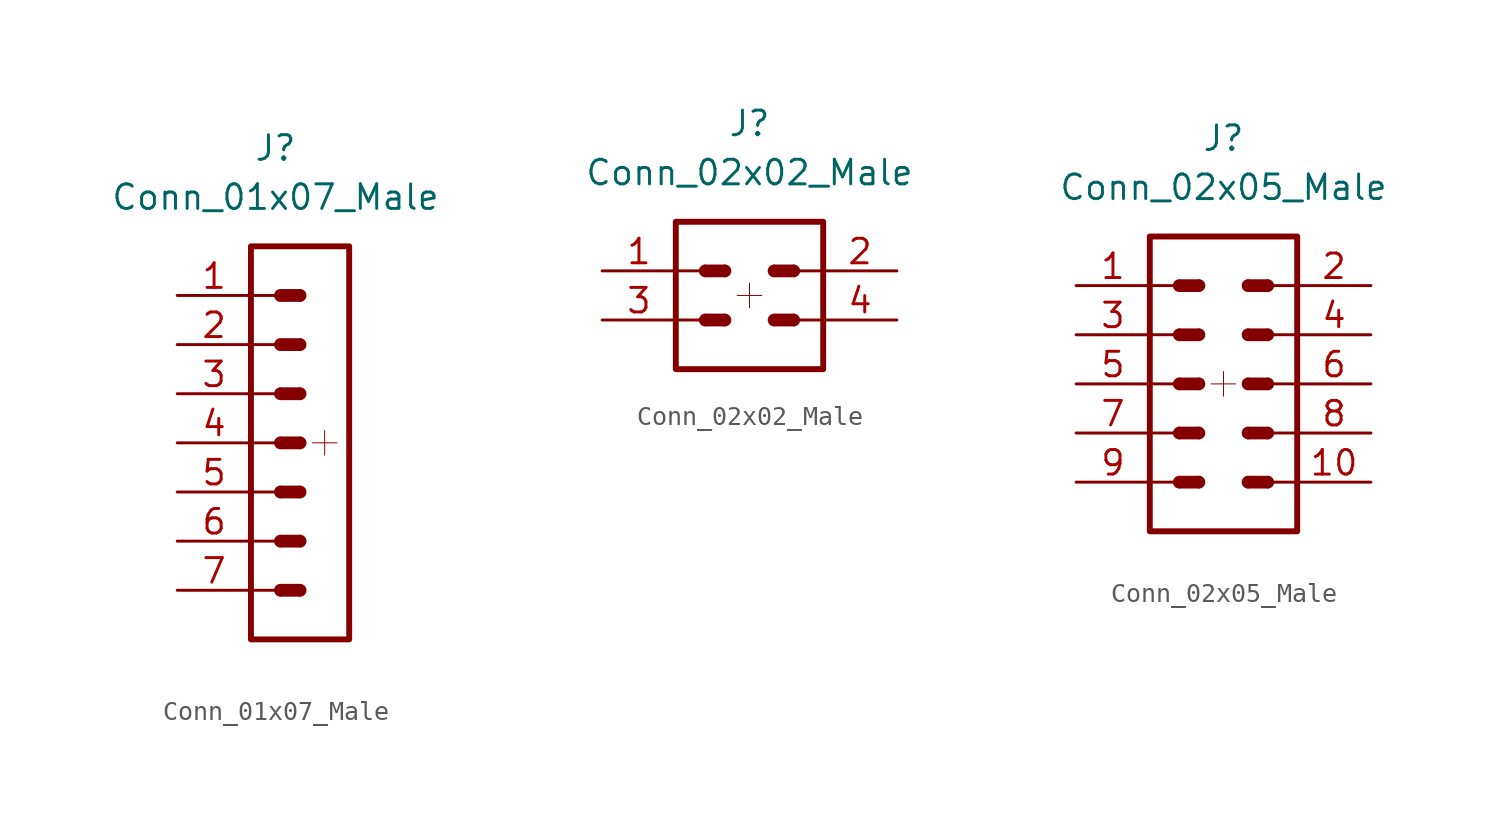
<source format=kicad_sym>
(kicad_symbol_lib
  (version 20211014)
  (generator kicad_symbol_editor)
  (symbol "Conn_01x07_Male"
    (pin_names
      (offset 1.016) hide)
    (property "Reference" "J"
      (at 0 15.24 0)
      (effects (font (size 1.27 1.27))))
    (property "Value" "Conn_01x07_Male"
      (at 0 12.7 0)
      (effects (font (size 1.27 1.27))))
    (symbol "Conn_01x07_Male_0_1"
      (rectangle (start -1.27 -7.62) (end 0 -7.62) (stroke (width 0.152) (type default) (color 0 0 0 0)) (fill (type none)))
      (rectangle (start -1.27 -5.08) (end 0 -5.08) (stroke (width 0.152) (type default) (color 0 0 0 0)) (fill (type none)))
      (rectangle (start -1.27 -2.54) (end 0 -2.54) (stroke (width 0.152) (type default) (color 0 0 0 0)) (fill (type none)))
      (rectangle (start -1.27 0) (end 0 0) (stroke (width 0.152) (type default) (color 0 0 0 0)) (fill (type none)))
      (rectangle (start -1.27 2.54) (end 0 2.54) (stroke (width 0.152) (type default) (color 0 0 0 0)) (fill (type none)))
      (rectangle (start -1.27 5.08) (end 0 5.08) (stroke (width 0.152) (type default) (color 0 0 0 0)) (fill (type none)))
      (rectangle (start -1.27 7.62) (end 0 7.62) (stroke (width 0.152) (type default) (color 0 0 0 0)) (fill (type none)))
      (rectangle (start -1.27 10.16) (end 3.81 -10.16) (stroke (width 0.305) (type default) (color 0 0 0 0)) (fill (type none))))
    (symbol "Conn_01x07_Male_1_1"
      (polyline (pts (xy 1.905 0) (xy 3.175 0)) (stroke (width 0.051) (type default) (color 0 0 0 0)) (fill (type none)))
      (polyline (pts (xy 2.54 0.635) (xy 2.54 -0.635)) (stroke (width 0.051) (type default) (color 0 0 0 0)) (fill (type none)))
      (arc (start 0.254 -7.366) (mid 0 -7.62) (end 0.254 -7.874) (stroke (width 0) (type default) (color 0 0 0 0)) (fill (type outline)))
      (rectangle (start 0.254 -7.366) (end 1.27 -7.874) (stroke (width 0) (type default) (color 0 0 0 0)) (fill (type outline)))
      (arc (start 0.254 -4.826) (mid 0 -5.08) (end 0.254 -5.334) (stroke (width 0) (type default) (color 0 0 0 0)) (fill (type outline)))
      (rectangle (start 0.254 -4.826) (end 1.27 -5.334) (stroke (width 0) (type default) (color 0 0 0 0)) (fill (type outline)))
      (arc (start 0.254 -2.286) (mid 0 -2.54) (end 0.254 -2.794) (stroke (width 0) (type default) (color 0 0 0 0)) (fill (type outline)))
      (rectangle (start 0.254 -2.286) (end 1.27 -2.794) (stroke (width 0) (type default) (color 0 0 0 0)) (fill (type outline)))
      (arc (start 0.254 0.254) (mid 0 0) (end 0.254 -0.254) (stroke (width 0) (type default) (color 0 0 0 0)) (fill (type outline)))
      (rectangle (start 0.254 0.254) (end 1.27 -0.254) (stroke (width 0) (type default) (color 0 0 0 0)) (fill (type outline)))
      (arc (start 0.254 2.794) (mid 0 2.54) (end 0.254 2.286) (stroke (width 0) (type default) (color 0 0 0 0)) (fill (type outline)))
      (rectangle (start 0.254 2.794) (end 1.27 2.286) (stroke (width 0) (type default) (color 0 0 0 0)) (fill (type outline)))
      (arc (start 0.254 5.334) (mid 0 5.08) (end 0.254 4.826) (stroke (width 0) (type default) (color 0 0 0 0)) (fill (type outline)))
      (rectangle (start 0.254 5.334) (end 1.27 4.826) (stroke (width 0) (type default) (color 0 0 0 0)) (fill (type outline)))
      (arc (start 0.254 7.874) (mid 0 7.62) (end 0.254 7.366) (stroke (width 0) (type default) (color 0 0 0 0)) (fill (type outline)))
      (rectangle (start 0.254 7.874) (end 1.27 7.366) (stroke (width 0) (type default) (color 0 0 0 0)) (fill (type outline)))
      (arc (start 1.27 -7.874) (mid 1.524 -7.62) (end 1.27 -7.366) (stroke (width 0) (type default) (color 0 0 0 0)) (fill (type outline)))
      (arc (start 1.27 -5.334) (mid 1.524 -5.08) (end 1.27 -4.826) (stroke (width 0) (type default) (color 0 0 0 0)) (fill (type outline)))
      (arc (start 1.27 -2.794) (mid 1.524 -2.54) (end 1.27 -2.286) (stroke (width 0) (type default) (color 0 0 0 0)) (fill (type outline)))
      (arc (start 1.27 -0.254) (mid 1.524 0) (end 1.27 0.254) (stroke (width 0) (type default) (color 0 0 0 0)) (fill (type outline)))
      (arc (start 1.27 2.286) (mid 1.524 2.54) (end 1.27 2.794) (stroke (width 0) (type default) (color 0 0 0 0)) (fill (type outline)))
      (arc (start 1.27 4.826) (mid 1.524 5.08) (end 1.27 5.334) (stroke (width 0) (type default) (color 0 0 0 0)) (fill (type outline)))
      (arc (start 1.27 7.366) (mid 1.524 7.62) (end 1.27 7.874) (stroke (width 0) (type default) (color 0 0 0 0)) (fill (type outline)))
      (pin passive line (at -5.08 7.62 0) (length 3.81) (name "Pin_1" (effects (font (size 1.27 1.27)))) (number "1" (effects (font (size 1.27 1.27)))))
      (pin passive line (at -5.08 5.08 0) (length 3.81) (name "Pin_2" (effects (font (size 1.27 1.27)))) (number "2" (effects (font (size 1.27 1.27)))))
      (pin passive line (at -5.08 2.54 0) (length 3.81) (name "Pin_3" (effects (font (size 1.27 1.27)))) (number "3" (effects (font (size 1.27 1.27)))))
      (pin passive line (at -5.08 0 0) (length 3.81) (name "Pin_4" (effects (font (size 1.27 1.27)))) (number "4" (effects (font (size 1.27 1.27)))))
      (pin passive line (at -5.08 -2.54 0) (length 3.81) (name "Pin_5" (effects (font (size 1.27 1.27)))) (number "5" (effects (font (size 1.27 1.27)))))
      (pin passive line (at -5.08 -5.08 0) (length 3.81) (name "Pin_6" (effects (font (size 1.27 1.27)))) (number "6" (effects (font (size 1.27 1.27)))))
      (pin passive line (at -5.08 -7.62 0) (length 3.81) (name "Pin_7" (effects (font (size 1.27 1.27)))) (number "7" (effects (font (size 1.27 1.27)))))))
  (symbol "Conn_02x02_Male"
    (pin_names
      (offset 1.016) hide)
    (property "Reference" "J"
      (at 0 7.62 0)
      (effects (font (size 1.27 1.27))))
    (property "Value" "Conn_02x02_Male"
      (at 0 5.08 0)
      (effects (font (size 1.27 1.27))))
    (symbol "Conn_02x02_Male_0_1"
      (rectangle (start -3.81 -2.54) (end -2.54 -2.54) (stroke (width 0.152) (type default) (color 0 0 0 0)) (fill (type none)))
      (rectangle (start -3.81 0) (end -2.54 0) (stroke (width 0.152) (type default) (color 0 0 0 0)) (fill (type none)))
      (rectangle (start -3.81 2.54) (end 3.81 -5.08) (stroke (width 0.305) (type default) (color 0 0 0 0)) (fill (type none)))
      (arc (start -2.286 0.254) (mid -2.54 0) (end -2.286 -0.254) (stroke (width 0) (type default) (color 0 0 0 0)) (fill (type outline)))
      (rectangle (start -2.286 0.254) (end -1.27 -0.254) (stroke (width 0) (type default) (color 0 0 0 0)) (fill (type outline)))
      (arc (start -1.27 -0.254) (mid -1.016 0) (end -1.27 0.254) (stroke (width 0) (type default) (color 0 0 0 0)) (fill (type outline))))
    (symbol "Conn_02x02_Male_1_1"
      (arc (start -2.286 -2.286) (mid -2.54 -2.54) (end -2.286 -2.794) (stroke (width 0) (type default) (color 0 0 0 0)) (fill (type outline)))
      (rectangle (start -2.286 -2.286) (end -1.27 -2.794) (stroke (width 0) (type default) (color 0 0 0 0)) (fill (type outline)))
      (arc (start -1.27 -2.794) (mid -1.016 -2.54) (end -1.27 -2.286) (stroke (width 0) (type default) (color 0 0 0 0)) (fill (type outline)))
      (polyline (pts (xy -0.635 -1.27) (xy 0.635 -1.27)) (stroke (width 0.051) (type default) (color 0 0 0 0)) (fill (type none)))
      (polyline (pts (xy 0 -0.635) (xy 0 -1.905)) (stroke (width 0.051) (type default) (color 0 0 0 0)) (fill (type none)))
      (arc (start 1.27 -2.286) (mid 1.016 -2.54) (end 1.27 -2.794) (stroke (width 0) (type default) (color 0 0 0 0)) (fill (type outline)))
      (rectangle (start 1.27 -2.286) (end 2.286 -2.794) (stroke (width 0) (type default) (color 0 0 0 0)) (fill (type outline)))
      (arc (start 1.27 0.254) (mid 1.016 0) (end 1.27 -0.254) (stroke (width 0) (type default) (color 0 0 0 0)) (fill (type outline)))
      (rectangle (start 1.27 0.254) (end 2.286 -0.254) (stroke (width 0) (type default) (color 0 0 0 0)) (fill (type outline)))
      (arc (start 2.286 -2.794) (mid 2.54 -2.54) (end 2.286 -2.286) (stroke (width 0) (type default) (color 0 0 0 0)) (fill (type outline)))
      (arc (start 2.286 -0.254) (mid 2.54 0) (end 2.286 0.254) (stroke (width 0) (type default) (color 0 0 0 0)) (fill (type outline)))
      (rectangle (start 3.81 -2.54) (end 2.54 -2.54) (stroke (width 0.152) (type default) (color 0 0 0 0)) (fill (type none)))
      (rectangle (start 3.81 0) (end 2.54 0) (stroke (width 0.152) (type default) (color 0 0 0 0)) (fill (type none)))
      (pin passive line (at -7.62 0 0) (length 3.81) (name "Pin_1" (effects (font (size 1.27 1.27)))) (number "1" (effects (font (size 1.27 1.27)))))
      (pin passive line (at 7.62 0 180) (length 3.81) (name "Pin_2" (effects (font (size 1.27 1.27)))) (number "2" (effects (font (size 1.27 1.27)))))
      (pin passive line (at -7.62 -2.54 0) (length 3.81) (name "Pin_3" (effects (font (size 1.27 1.27)))) (number "3" (effects (font (size 1.27 1.27)))))
      (pin passive line (at 7.62 -2.54 180) (length 3.81) (name "Pin_4" (effects (font (size 1.27 1.27)))) (number "4" (effects (font (size 1.27 1.27)))))))
  (symbol "Conn_02x05_Male"
    (pin_names
      (offset 1.016) hide)
    (property "Reference" "J"
      (at 0 12.7 0)
      (effects (font (size 1.27 1.27))))
    (property "Value" "Conn_02x05_Male"
      (at 0 10.16 0)
      (effects (font (size 1.27 1.27))))
    (symbol "Conn_02x05_Male_0_1"
      (rectangle (start -3.81 -5.08) (end -2.54 -5.08) (stroke (width 0.152) (type default) (color 0 0 0 0)) (fill (type none)))
      (rectangle (start -3.81 -2.54) (end -2.54 -2.54) (stroke (width 0.152) (type default) (color 0 0 0 0)) (fill (type none)))
      (rectangle (start -3.81 0) (end -2.54 0) (stroke (width 0.152) (type default) (color 0 0 0 0)) (fill (type none)))
      (rectangle (start -3.81 2.54) (end -2.54 2.54) (stroke (width 0.152) (type default) (color 0 0 0 0)) (fill (type none)))
      (rectangle (start -3.81 5.08) (end -2.54 5.08) (stroke (width 0.152) (type default) (color 0 0 0 0)) (fill (type none)))
      (rectangle (start -3.81 7.62) (end 3.81 -7.62) (stroke (width 0.305) (type default) (color 0 0 0 0)) (fill (type none)))
      (arc (start -2.286 5.334) (mid -2.54 5.08) (end -2.286 4.826) (stroke (width 0) (type default) (color 0 0 0 0)) (fill (type outline)))
      (rectangle (start -2.286 5.334) (end -1.27 4.826) (stroke (width 0) (type default) (color 0 0 0 0)) (fill (type outline)))
      (arc (start -1.27 4.826) (mid -1.016 5.08) (end -1.27 5.334) (stroke (width 0) (type default) (color 0 0 0 0)) (fill (type outline))))
    (symbol "Conn_02x05_Male_1_1"
      (arc (start -2.286 -4.826) (mid -2.54 -5.08) (end -2.286 -5.334) (stroke (width 0) (type default) (color 0 0 0 0)) (fill (type outline)))
      (rectangle (start -2.286 -4.826) (end -1.27 -5.334) (stroke (width 0) (type default) (color 0 0 0 0)) (fill (type outline)))
      (arc (start -2.286 -2.286) (mid -2.54 -2.54) (end -2.286 -2.794) (stroke (width 0) (type default) (color 0 0 0 0)) (fill (type outline)))
      (rectangle (start -2.286 -2.286) (end -1.27 -2.794) (stroke (width 0) (type default) (color 0 0 0 0)) (fill (type outline)))
      (arc (start -2.286 0.254) (mid -2.54 0) (end -2.286 -0.254) (stroke (width 0) (type default) (color 0 0 0 0)) (fill (type outline)))
      (rectangle (start -2.286 0.254) (end -1.27 -0.254) (stroke (width 0) (type default) (color 0 0 0 0)) (fill (type outline)))
      (arc (start -2.286 2.794) (mid -2.54 2.54) (end -2.286 2.286) (stroke (width 0) (type default) (color 0 0 0 0)) (fill (type outline)))
      (rectangle (start -2.286 2.794) (end -1.27 2.286) (stroke (width 0) (type default) (color 0 0 0 0)) (fill (type outline)))
      (arc (start -1.27 -5.334) (mid -1.016 -5.08) (end -1.27 -4.826) (stroke (width 0) (type default) (color 0 0 0 0)) (fill (type outline)))
      (arc (start -1.27 -2.794) (mid -1.016 -2.54) (end -1.27 -2.286) (stroke (width 0) (type default) (color 0 0 0 0)) (fill (type outline)))
      (arc (start -1.27 -0.254) (mid -1.016 0) (end -1.27 0.254) (stroke (width 0) (type default) (color 0 0 0 0)) (fill (type outline)))
      (arc (start -1.27 2.286) (mid -1.016 2.54) (end -1.27 2.794) (stroke (width 0) (type default) (color 0 0 0 0)) (fill (type outline)))
      (polyline (pts (xy -0.635 0) (xy 0.635 0)) (stroke (width 0.051) (type default) (color 0 0 0 0)) (fill (type none)))
      (polyline (pts (xy 0 0.635) (xy 0 -0.635)) (stroke (width 0.051) (type default) (color 0 0 0 0)) (fill (type none)))
      (arc (start 1.27 -4.826) (mid 1.016 -5.08) (end 1.27 -5.334) (stroke (width 0) (type default) (color 0 0 0 0)) (fill (type outline)))
      (rectangle (start 1.27 -4.826) (end 2.286 -5.334) (stroke (width 0) (type default) (color 0 0 0 0)) (fill (type outline)))
      (arc (start 1.27 -2.286) (mid 1.016 -2.54) (end 1.27 -2.794) (stroke (width 0) (type default) (color 0 0 0 0)) (fill (type outline)))
      (rectangle (start 1.27 -2.286) (end 2.286 -2.794) (stroke (width 0) (type default) (color 0 0 0 0)) (fill (type outline)))
      (arc (start 1.27 0.254) (mid 1.016 0) (end 1.27 -0.254) (stroke (width 0) (type default) (color 0 0 0 0)) (fill (type outline)))
      (rectangle (start 1.27 0.254) (end 2.286 -0.254) (stroke (width 0) (type default) (color 0 0 0 0)) (fill (type outline)))
      (arc (start 1.27 2.794) (mid 1.016 2.54) (end 1.27 2.286) (stroke (width 0) (type default) (color 0 0 0 0)) (fill (type outline)))
      (rectangle (start 1.27 2.794) (end 2.286 2.286) (stroke (width 0) (type default) (color 0 0 0 0)) (fill (type outline)))
      (arc (start 1.27 5.334) (mid 1.016 5.08) (end 1.27 4.826) (stroke (width 0) (type default) (color 0 0 0 0)) (fill (type outline)))
      (rectangle (start 1.27 5.334) (end 2.286 4.826) (stroke (width 0) (type default) (color 0 0 0 0)) (fill (type outline)))
      (arc (start 2.286 -5.334) (mid 2.54 -5.08) (end 2.286 -4.826) (stroke (width 0) (type default) (color 0 0 0 0)) (fill (type outline)))
      (arc (start 2.286 -2.794) (mid 2.54 -2.54) (end 2.286 -2.286) (stroke (width 0) (type default) (color 0 0 0 0)) (fill (type outline)))
      (arc (start 2.286 -0.254) (mid 2.54 0) (end 2.286 0.254) (stroke (width 0) (type default) (color 0 0 0 0)) (fill (type outline)))
      (arc (start 2.286 2.286) (mid 2.54 2.54) (end 2.286 2.794) (stroke (width 0) (type default) (color 0 0 0 0)) (fill (type outline)))
      (arc (start 2.286 4.826) (mid 2.54 5.08) (end 2.286 5.334) (stroke (width 0) (type default) (color 0 0 0 0)) (fill (type outline)))
      (rectangle (start 3.81 -5.08) (end 2.54 -5.08) (stroke (width 0.152) (type default) (color 0 0 0 0)) (fill (type none)))
      (rectangle (start 3.81 -2.54) (end 2.54 -2.54) (stroke (width 0.152) (type default) (color 0 0 0 0)) (fill (type none)))
      (rectangle (start 3.81 0) (end 2.54 0) (stroke (width 0.152) (type default) (color 0 0 0 0)) (fill (type none)))
      (rectangle (start 3.81 2.54) (end 2.54 2.54) (stroke (width 0.152) (type default) (color 0 0 0 0)) (fill (type none)))
      (rectangle (start 3.81 5.08) (end 2.54 5.08) (stroke (width 0.152) (type default) (color 0 0 0 0)) (fill (type none)))
      (pin passive line (at -7.62 5.08 0) (length 3.81) (name "Pin_1" (effects (font (size 1.27 1.27)))) (number "1" (effects (font (size 1.27 1.27)))))
      (pin passive line (at 7.62 -5.08 180) (length 3.81) (name "Pin_10" (effects (font (size 1.27 1.27)))) (number "10" (effects (font (size 1.27 1.27)))))
      (pin passive line (at 7.62 5.08 180) (length 3.81) (name "Pin_2" (effects (font (size 1.27 1.27)))) (number "2" (effects (font (size 1.27 1.27)))))
      (pin passive line (at -7.62 2.54 0) (length 3.81) (name "Pin_3" (effects (font (size 1.27 1.27)))) (number "3" (effects (font (size 1.27 1.27)))))
      (pin passive line (at 7.62 2.54 180) (length 3.81) (name "Pin_4" (effects (font (size 1.27 1.27)))) (number "4" (effects (font (size 1.27 1.27)))))
      (pin passive line (at -7.62 0 0) (length 3.81) (name "Pin_5" (effects (font (size 1.27 1.27)))) (number "5" (effects (font (size 1.27 1.27)))))
      (pin passive line (at 7.62 0 180) (length 3.81) (name "Pin_6" (effects (font (size 1.27 1.27)))) (number "6" (effects (font (size 1.27 1.27)))))
      (pin passive line (at -7.62 -2.54 0) (length 3.81) (name "Pin_7" (effects (font (size 1.27 1.27)))) (number "7" (effects (font (size 1.27 1.27)))))
      (pin passive line (at 7.62 -2.54 180) (length 3.81) (name "Pin_8" (effects (font (size 1.27 1.27)))) (number "8" (effects (font (size 1.27 1.27)))))
      (pin passive line (at -7.62 -5.08 0) (length 3.81) (name "Pin_9" (effects (font (size 1.27 1.27)))) (number "9" (effects (font (size 1.27 1.27))))))))
</source>
